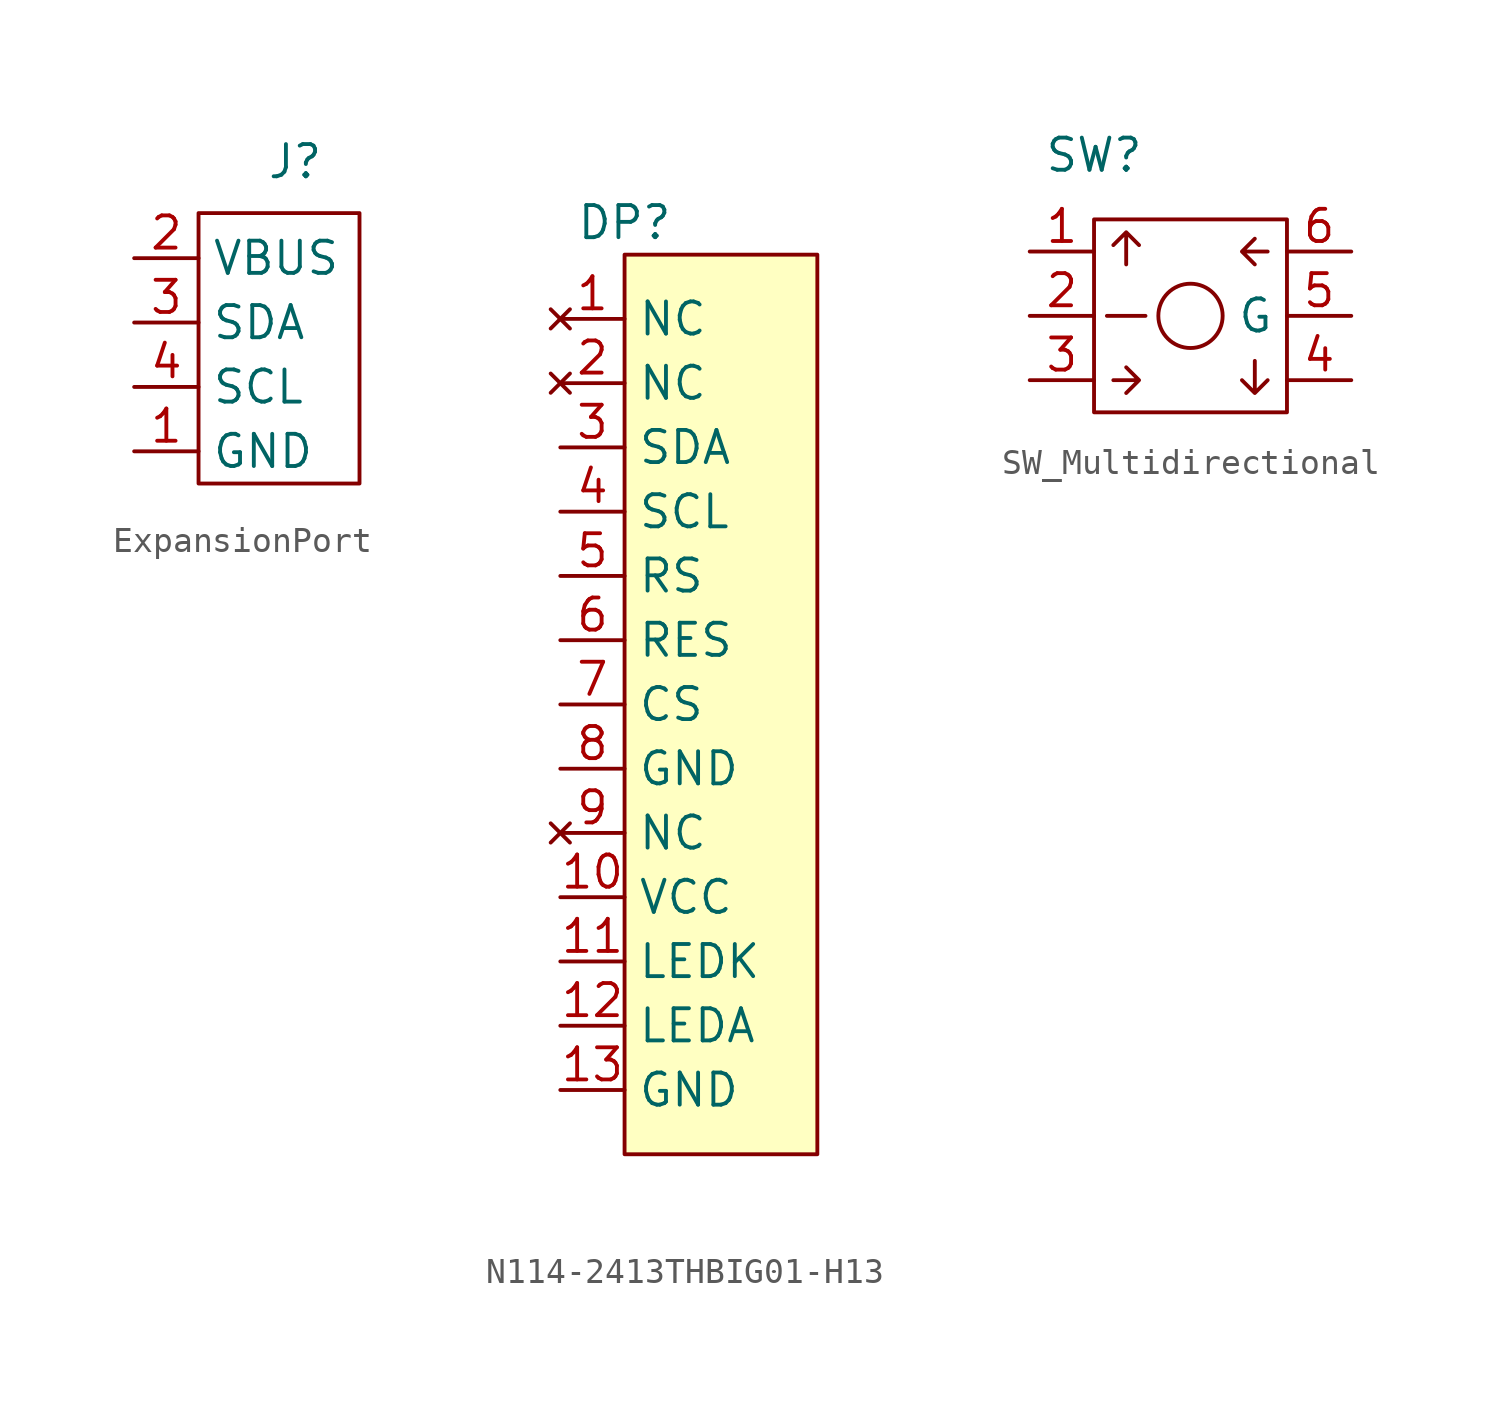
<source format=kicad_sym>
(kicad_symbol_lib
  (version 20231120)
  (generator "kicad_symbol_editor")
  (generator_version "8.0")
  (symbol "ExpansionPort"
    (property "Reference" "J"
      (at 1.27 7.62 0)
      (effects (font (size 1.27 1.27))))
    (property "Value" ""
      (at -2.54 6.35 0)
      (effects (font (size 1.27 1.27))))
    (symbol "ExpansionPort_0_1"
      (rectangle (start -2.54 5.588) (end 3.81 -5.08) (stroke (width 0) (type default)) (fill (type none))))
    (symbol "ExpansionPort_1_1"
      (pin bidirectional line (at -5.08 -3.81 0) (length 2.54) (name "GND" (effects (font (size 1.27 1.27)))) (number "1" (effects (font (size 1.27 1.27)))))
      (pin bidirectional line (at -5.08 3.81 0) (length 2.54) (name "VBUS" (effects (font (size 1.27 1.27)))) (number "2" (effects (font (size 1.27 1.27)))))
      (pin bidirectional line (at -5.08 1.27 0) (length 2.54) (name "SDA" (effects (font (size 1.27 1.27)))) (number "3" (effects (font (size 1.27 1.27)))))
      (pin bidirectional line (at -5.08 -1.27 0) (length 2.54) (name "SCL" (effects (font (size 1.27 1.27)))) (number "4" (effects (font (size 1.27 1.27)))))))
  (symbol "N114-2413THBIG01-H13"
    (property "Reference" "DP"
      (at -2.54 17.78 0)
      (effects (font (size 1.27 1.27))))
    (property "Value" ""
      (at -2.54 17.78 0)
      (effects (font (size 1.27 1.27))))
    (symbol "N114-2413THBIG01-H13_1_1"
      (rectangle (start -2.54 16.51) (end 5.08 -19.05) (stroke (width 0) (type default)) (fill (type background)))
      (pin no_connect line (at -5.08 13.97 0) (length 2.54) (name "NC" (effects (font (size 1.27 1.27)))) (number "1" (effects (font (size 1.27 1.27)))))
      (pin power_in line (at -5.08 -8.89 0) (length 2.54) (name "VCC" (effects (font (size 1.27 1.27)))) (number "10" (effects (font (size 1.27 1.27)))))
      (pin bidirectional line (at -5.08 -11.43 0) (length 2.54) (name "LEDK" (effects (font (size 1.27 1.27)))) (number "11" (effects (font (size 1.27 1.27)))))
      (pin bidirectional line (at -5.08 -13.97 0) (length 2.54) (name "LEDA" (effects (font (size 1.27 1.27)))) (number "12" (effects (font (size 1.27 1.27)))))
      (pin power_in line (at -5.08 -16.51 0) (length 2.54) (name "GND" (effects (font (size 1.27 1.27)))) (number "13" (effects (font (size 1.27 1.27)))))
      (pin no_connect line (at -5.08 11.43 0) (length 2.54) (name "NC" (effects (font (size 1.27 1.27)))) (number "2" (effects (font (size 1.27 1.27)))))
      (pin bidirectional line (at -5.08 8.89 0) (length 2.54) (name "SDA" (effects (font (size 1.27 1.27)))) (number "3" (effects (font (size 1.27 1.27)))))
      (pin bidirectional line (at -5.08 6.35 0) (length 2.54) (name "SCL" (effects (font (size 1.27 1.27)))) (number "4" (effects (font (size 1.27 1.27)))))
      (pin bidirectional line (at -5.08 3.81 0) (length 2.54) (name "RS" (effects (font (size 1.27 1.27)))) (number "5" (effects (font (size 1.27 1.27)))))
      (pin bidirectional line (at -5.08 1.27 0) (length 2.54) (name "RES" (effects (font (size 1.27 1.27)))) (number "6" (effects (font (size 1.27 1.27)))))
      (pin bidirectional line (at -5.08 -1.27 0) (length 2.54) (name "CS" (effects (font (size 1.27 1.27)))) (number "7" (effects (font (size 1.27 1.27)))))
      (pin power_in line (at -5.08 -3.81 0) (length 2.54) (name "GND" (effects (font (size 1.27 1.27)))) (number "8" (effects (font (size 1.27 1.27)))))
      (pin no_connect line (at -5.08 -6.35 0) (length 2.54) (name "NC" (effects (font (size 1.27 1.27)))) (number "9" (effects (font (size 1.27 1.27)))))))
  (symbol "SW_Multidirectional"
    (property "Reference" "SW"
      (at 0 0 0)
      (effects (font (size 1.27 1.27))))
    (property "Value" ""
      (at 0 0 0)
      (effects (font (size 1.27 1.27))))
    (symbol "SW_Multidirectional_0_1"
      (rectangle (start 0 -2.54) (end 7.62 -10.16) (stroke (width 0) (type default)) (fill (type none)))
      (polyline (pts (xy 0.508 -6.35) (xy 2.032 -6.35)) (stroke (width 0) (type default)) (fill (type none)))
      (polyline (pts (xy 0.762 -8.89) (xy 1.778 -8.89) (xy 1.27 -8.382) (xy 1.778 -8.89) (xy 1.27 -9.398)) (stroke (width 0) (type default)) (fill (type none)))
      (polyline (pts (xy 1.27 -4.318) (xy 1.27 -3.048) (xy 0.762 -3.556) (xy 1.27 -3.048) (xy 1.778 -3.556)) (stroke (width 0) (type default)) (fill (type none)))
      (polyline (pts (xy 6.35 -8.128) (xy 6.35 -9.398) (xy 5.842 -8.89) (xy 6.35 -9.398) (xy 6.858 -8.89)) (stroke (width 0) (type default)) (fill (type none)))
      (polyline (pts (xy 6.858 -3.81) (xy 5.842 -3.81) (xy 6.35 -3.302) (xy 5.842 -3.81) (xy 6.35 -4.318)) (stroke (width 0) (type default)) (fill (type none)))
      (circle (center 3.81 -6.35) (radius 1.27) (stroke (width 0) (type default)) (fill (type none))))
    (symbol "SW_Multidirectional_1_1"
      (pin bidirectional line (at -2.54 -3.81 0) (length 2.54) (name "" (effects (font (size 1.27 1.27)))) (number "1" (effects (font (size 1.27 1.27)))))
      (pin bidirectional line (at -2.54 -6.35 0) (length 2.54) (name "" (effects (font (size 1.27 1.27)))) (number "2" (effects (font (size 1.27 1.27)))))
      (pin bidirectional line (at -2.54 -8.89 0) (length 2.54) (name "" (effects (font (size 1.27 1.27)))) (number "3" (effects (font (size 1.27 1.27)))))
      (pin bidirectional line (at 10.16 -8.89 180) (length 2.54) (name "" (effects (font (size 1.27 1.27)))) (number "4" (effects (font (size 1.27 1.27)))))
      (pin bidirectional line (at 10.16 -6.35 180) (length 2.54) (name "G" (effects (font (size 1.27 1.27)))) (number "5" (effects (font (size 1.27 1.27)))))
      (pin bidirectional line (at 10.16 -3.81 180) (length 2.54) (name "" (effects (font (size 1.27 1.27)))) (number "6" (effects (font (size 1.27 1.27))))))))
</source>
